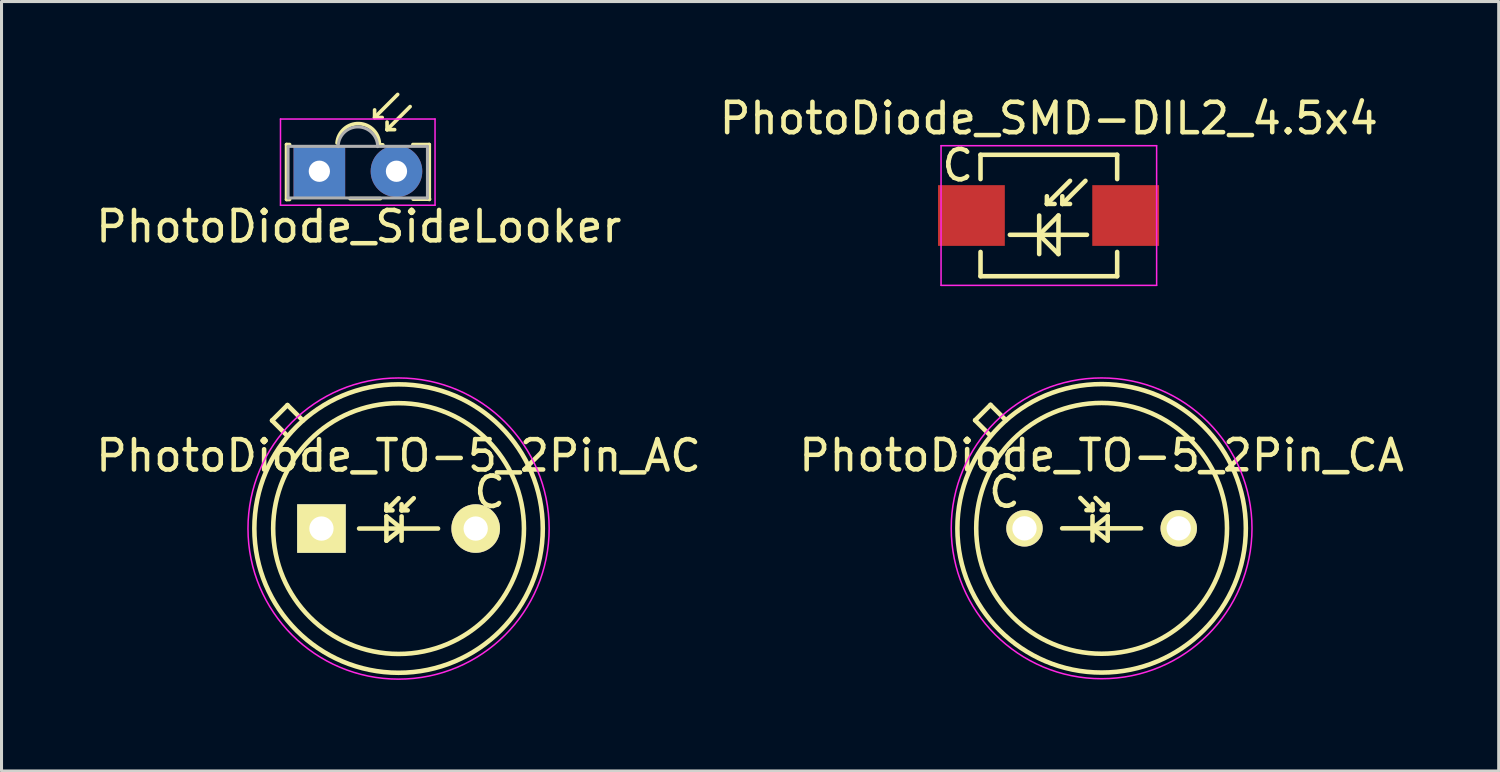
<source format=kicad_pcb>
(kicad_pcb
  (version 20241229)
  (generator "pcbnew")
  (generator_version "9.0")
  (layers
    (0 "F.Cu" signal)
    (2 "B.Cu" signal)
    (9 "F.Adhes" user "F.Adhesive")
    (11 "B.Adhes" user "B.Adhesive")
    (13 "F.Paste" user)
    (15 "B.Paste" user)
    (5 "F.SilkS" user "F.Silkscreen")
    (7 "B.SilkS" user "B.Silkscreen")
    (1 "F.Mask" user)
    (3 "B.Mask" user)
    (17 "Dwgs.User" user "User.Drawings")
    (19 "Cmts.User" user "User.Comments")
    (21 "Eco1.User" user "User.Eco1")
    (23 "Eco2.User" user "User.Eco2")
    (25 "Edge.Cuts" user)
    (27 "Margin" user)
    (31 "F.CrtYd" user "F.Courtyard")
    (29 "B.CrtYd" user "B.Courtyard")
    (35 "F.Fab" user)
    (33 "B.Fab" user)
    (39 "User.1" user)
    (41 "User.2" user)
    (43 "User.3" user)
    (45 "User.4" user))
  (footprint "PhotoDiode_SMD-DIL2_4.5x4"
    (layer "F.Cu")
    (at 31.494 4.048)
    (property "Reference" "PhotoDiode_SMD-DIL2_4.5x4" (at 0 -3.2 0) (layer "F.SilkS") (effects (font (size 1 1) (thickness 0.15))))
    (attr through_hole)
    (fp_line (start -2.25 -2) (end -2.25 -1.2) (stroke (width 0.15) (type solid)) (layer "F.SilkS"))
    (fp_line (start -2.25 -2) (end 2.25 -2) (stroke (width 0.15) (type solid)) (layer "F.SilkS"))
    (fp_line (start -2.25 2) (end -2.25 1.2) (stroke (width 0.15) (type solid)) (layer "F.SilkS"))
    (fp_line (start -2.25 2) (end 2.25 2) (stroke (width 0.15) (type solid)) (layer "F.SilkS"))
    (fp_line (start -1.284 0.635) (end 1.256 0.635) (stroke (width 0.15) (type solid)) (layer "F.SilkS"))
    (fp_line (start -0.318 0) (end -0.318 1.27) (stroke (width 0.15) (type solid)) (layer "F.SilkS"))
    (fp_line (start -0.318 0.635) (end 0.317 0) (stroke (width 0.15) (type solid)) (layer "F.SilkS"))
    (fp_line (start -0.064 -0.381) (end -0.064 -0.635) (stroke (width 0.15) (type solid)) (layer "F.SilkS"))
    (fp_line (start -0.064 -0.381) (end 0.19 -0.381) (stroke (width 0.15) (type solid)) (layer "F.SilkS"))
    (fp_line (start 0.317 0) (end 0.317 1.27) (stroke (width 0.15) (type solid)) (layer "F.SilkS"))
    (fp_line (start 0.317 1.27) (end -0.318 0.635) (stroke (width 0.15) (type solid)) (layer "F.SilkS"))
    (fp_line (start 0.444 -0.381) (end 0.444 -0.635) (stroke (width 0.15) (type solid)) (layer "F.SilkS"))
    (fp_line (start 0.444 -0.381) (end 0.698 -0.381) (stroke (width 0.15) (type solid)) (layer "F.SilkS"))
    (fp_line (start 0.698 -1.143) (end -0.064 -0.381) (stroke (width 0.15) (type solid)) (layer "F.SilkS"))
    (fp_line (start 1.206 -1.143) (end 0.444 -0.381) (stroke (width 0.15) (type solid)) (layer "F.SilkS"))
    (fp_line (start 2.25 -2) (end 2.25 -1.2) (stroke (width 0.15) (type solid)) (layer "F.SilkS"))
    (fp_line (start 2.25 2) (end 2.25 1.2) (stroke (width 0.15) (type solid)) (layer "F.SilkS"))
    (fp_line (start -3.55 -2.3) (end 3.55 -2.3) (stroke (width 0.05) (type solid)) (layer "F.CrtYd"))
    (fp_line (start -3.55 2.3) (end -3.55 -2.3) (stroke (width 0.05) (type solid)) (layer "F.CrtYd"))
    (fp_line (start 3.55 -2.3) (end 3.55 2.3) (stroke (width 0.05) (type solid)) (layer "F.CrtYd"))
    (fp_line (start 3.55 2.3) (end -3.55 2.3) (stroke (width 0.05) (type solid)) (layer "F.CrtYd"))
    (fp_text user "C" (at -3 -1.65 0) (layer "F.SilkS") (effects (font (size 1 1) (thickness 0.15))))
    (pad "1" smd rect (at -2.55 0 180) (size 2.2 2) (layers "F.Cu" "F.Mask" "F.Paste"))
    (pad "2" smd rect (at 2.53 0 180) (size 2.2 2) (layers "F.Cu" "F.Mask" "F.Paste")))
  (footprint "PhotoDiode_TO-5_2Pin_CA"
    (layer "F.Cu")
    (at 30.692 14.351)
    (property "Reference" "PhotoDiode_TO-5_2Pin_CA" (at 2.54 -2.4 0) (layer "F.SilkS") (effects (font (size 1 1) (thickness 0.15))))
    (attr through_hole)
    (fp_line (start -1.627 -3.559) (end -1.119 -4.067) (stroke (width 0.15) (type solid)) (layer "F.SilkS"))
    (fp_line (start -1.119 -4.067) (end -0.611 -3.559) (stroke (width 0.15) (type solid)) (layer "F.SilkS"))
    (fp_line (start -1.119 -3.051) (end -1.627 -3.559) (stroke (width 0.15) (type solid)) (layer "F.SilkS"))
    (fp_line (start 1.24 0) (end 3.84 0) (stroke (width 0.15) (type solid)) (layer "F.SilkS"))
    (fp_line (start 2.24 -0.8) (end 2.24 -0.6) (stroke (width 0.15) (type solid)) (layer "F.SilkS"))
    (fp_line (start 2.24 -0.6) (end 1.84 -1) (stroke (width 0.15) (type solid)) (layer "F.SilkS"))
    (fp_line (start 2.24 -0.6) (end 2.04 -0.6) (stroke (width 0.15) (type solid)) (layer "F.SilkS"))
    (fp_line (start 2.24 -0.4) (end 2.24 0.4) (stroke (width 0.15) (type solid)) (layer "F.SilkS"))
    (fp_line (start 2.74 -0.6) (end 2.34 -1) (stroke (width 0.15) (type solid)) (layer "F.SilkS"))
    (fp_line (start 2.74 -0.6) (end 2.54 -0.6) (stroke (width 0.15) (type solid)) (layer "F.SilkS"))
    (fp_line (start 2.74 -0.6) (end 2.74 -0.8) (stroke (width 0.15) (type solid)) (layer "F.SilkS"))
    (fp_line (start 2.74 -0.4) (end 2.24 0) (stroke (width 0.15) (type solid)) (layer "F.SilkS"))
    (fp_line (start 2.74 0) (end 2.74 -0.4) (stroke (width 0.15) (type solid)) (layer "F.SilkS"))
    (fp_line (start 2.74 0) (end 2.74 0.4) (stroke (width 0.15) (type solid)) (layer "F.SilkS"))
    (fp_line (start 2.74 0.4) (end 2.24 0) (stroke (width 0.15) (type solid)) (layer "F.SilkS"))
    (fp_circle (center 2.54 0) (end 6.67 0) (stroke (width 0.15) (type solid)) (fill no) (layer "F.SilkS"))
    (fp_circle (center 2.54 0) (end 7.29 0) (stroke (width 0.15) (type solid)) (fill no) (layer "F.SilkS"))
    (fp_circle (center 2.54 0) (end 2.54 4.953) (stroke (width 0.05) (type solid)) (fill no) (layer "F.CrtYd"))
    (fp_text user "C" (at -0.66 -1.2 0) (layer "F.SilkS") (effects (font (size 1 1) (thickness 0.15))))
    (pad "1" thru_hole circle (at 0 0) (size 1.2 1.2) (drill 0.8) (layers "*.Cu" "*.Mask" "F.SilkS"))
    (pad "2" thru_hole circle (at 5.08 0) (size 1.2 1.2) (drill 0.8) (layers "*.Cu" "*.Mask" "F.SilkS")))
  (footprint "PhotoDiode_TO-5_2Pin_AC"
    (layer "F.Cu")
    (at 12.617 14.358)
    (property "Reference" "PhotoDiode_TO-5_2Pin_AC" (at -2.54 -2.4 0) (layer "F.SilkS") (effects (font (size 1 1) (thickness 0.15))))
    (attr through_hole)
    (fp_line (start -6.707 -3.559) (end -6.199 -4.067) (stroke (width 0.15) (type solid)) (layer "F.SilkS"))
    (fp_line (start -6.199 -4.067) (end -5.691 -3.559) (stroke (width 0.15) (type solid)) (layer "F.SilkS"))
    (fp_line (start -6.199 -3.051) (end -6.707 -3.559) (stroke (width 0.15) (type solid)) (layer "F.SilkS"))
    (fp_line (start -3.84 0) (end -1.24 0) (stroke (width 0.15) (type solid)) (layer "F.SilkS"))
    (fp_line (start -2.94 -0.6) (end -2.94 -0.8) (stroke (width 0.15) (type solid)) (layer "F.SilkS"))
    (fp_line (start -2.94 -0.6) (end -2.74 -0.6) (stroke (width 0.15) (type solid)) (layer "F.SilkS"))
    (fp_line (start -2.94 -0.6) (end -2.54 -1) (stroke (width 0.15) (type solid)) (layer "F.SilkS"))
    (fp_line (start -2.94 -0.4) (end -2.44 0) (stroke (width 0.15) (type solid)) (layer "F.SilkS"))
    (fp_line (start -2.94 0) (end -2.94 -0.4) (stroke (width 0.15) (type solid)) (layer "F.SilkS"))
    (fp_line (start -2.94 0) (end -2.94 0.4) (stroke (width 0.15) (type solid)) (layer "F.SilkS"))
    (fp_line (start -2.94 0.4) (end -2.44 0) (stroke (width 0.15) (type solid)) (layer "F.SilkS"))
    (fp_line (start -2.44 -0.8) (end -2.44 -0.6) (stroke (width 0.15) (type solid)) (layer "F.SilkS"))
    (fp_line (start -2.44 -0.6) (end -2.24 -0.6) (stroke (width 0.15) (type solid)) (layer "F.SilkS"))
    (fp_line (start -2.44 -0.6) (end -2.04 -1) (stroke (width 0.15) (type solid)) (layer "F.SilkS"))
    (fp_line (start -2.44 -0.4) (end -2.44 0.4) (stroke (width 0.15) (type solid)) (layer "F.SilkS"))
    (fp_circle (center -2.54 0) (end 1.59 0) (stroke (width 0.15) (type solid)) (fill no) (layer "F.SilkS"))
    (fp_circle (center -2.54 0) (end 2.21 0) (stroke (width 0.15) (type solid)) (fill no) (layer "F.SilkS"))
    (fp_circle (center -2.54 0) (end 0.635 3.81) (stroke (width 0.05) (type solid)) (fill no) (layer "F.CrtYd"))
    (fp_text user "C" (at 0.46 -1.2 0) (layer "F.SilkS") (effects (font (size 1 1) (thickness 0.15))))
    (pad "1" thru_hole circle (at 0 0) (size 1.6 1.6) (drill 0.8) (layers "*.Cu" "*.Mask" "F.SilkS"))
    (pad "2" thru_hole rect (at -5.08 0) (size 1.6 1.6) (drill 0.8) (layers "*.Cu" "*.Mask" "F.SilkS")))
  (footprint "PhotoDiode_SideLooker"
    (layer "F.Cu")
    (at 7.468 2.59)
    (property "Reference" "PhotoDiode_SideLooker" (at 1.3 1.82 0) (layer "F.SilkS") (effects (font (size 1 1) (thickness 0.15))))
    (attr through_hole)
    (fp_line (start -1.08 -0.88) (end -1.08 0.93) (stroke (width 0.12) (type solid)) (layer "F.SilkS"))
    (fp_line (start -0.98 -0.88) (end -1.08 -0.88) (stroke (width 0.12) (type solid)) (layer "F.SilkS"))
    (fp_line (start -0.98 0.93) (end -1.08 0.93) (stroke (width 0.12) (type solid)) (layer "F.SilkS"))
    (fp_line (start 1.01 0.9) (end 2.01 0.9) (stroke (width 0.12) (type solid)) (layer "F.SilkS"))
    (fp_line (start 1.82 -1.77) (end 1.82 -2.02) (stroke (width 0.12) (type solid)) (layer "F.SilkS"))
    (fp_line (start 1.82 -1.77) (end 2.07 -1.77) (stroke (width 0.12) (type solid)) (layer "F.SilkS"))
    (fp_line (start 2.09 -0.87) (end 1.98 -0.87) (stroke (width 0.12) (type solid)) (layer "F.SilkS"))
    (fp_line (start 2.23 -1.37) (end 2.23 -1.62) (stroke (width 0.12) (type solid)) (layer "F.SilkS"))
    (fp_line (start 2.23 -1.37) (end 2.48 -1.37) (stroke (width 0.12) (type solid)) (layer "F.SilkS"))
    (fp_line (start 2.58 -2.53) (end 1.82 -1.77) (stroke (width 0.12) (type solid)) (layer "F.SilkS"))
    (fp_line (start 2.99 -2.13) (end 2.23 -1.37) (stroke (width 0.12) (type solid)) (layer "F.SilkS"))
    (fp_line (start 3.09 0.92) (end 3.63 0.92) (stroke (width 0.12) (type solid)) (layer "F.SilkS"))
    (fp_line (start 3.62 -0.88) (end 3.08 -0.88) (stroke (width 0.12) (type solid)) (layer "F.SilkS"))
    (fp_line (start 3.62 0.93) (end 3.62 -0.88) (stroke (width 0.12) (type solid)) (layer "F.SilkS"))
    (fp_arc (start 0.582664 -0.931009) (mid 1.310534 -1.569333) (end 1.98 -0.87) (stroke (width 0.12) (type solid)) (layer "F.SilkS"))
    (fp_line (start -1.28 -1.72) (end -1.28 1.12) (stroke (width 0.05) (type solid)) (layer "F.CrtYd"))
    (fp_line (start -1.28 -1.72) (end 3.81 -1.72) (stroke (width 0.05) (type solid)) (layer "F.CrtYd"))
    (fp_line (start 3.81 1.12) (end -1.28 1.12) (stroke (width 0.05) (type solid)) (layer "F.CrtYd"))
    (fp_line (start 3.81 1.12) (end 3.81 -1.72) (stroke (width 0.05) (type solid)) (layer "F.CrtYd"))
    (fp_line (start -1.03 -0.82) (end -1.03 0.88) (stroke (width 0.1) (type solid)) (layer "F.Fab"))
    (fp_line (start -1.03 0.88) (end 3.56 0.88) (stroke (width 0.1) (type solid)) (layer "F.Fab"))
    (fp_line (start 3.56 -0.82) (end -1.03 -0.82) (stroke (width 0.1) (type solid)) (layer "F.Fab"))
    (fp_line (start 3.56 0.88) (end 3.56 -0.82) (stroke (width 0.1) (type solid)) (layer "F.Fab"))
    (fp_arc (start 0.62 -0.81) (mid 1.27 -1.46) (end 1.92 -0.81) (stroke (width 0.1) (type solid)) (layer "F.Fab"))
    (pad "1" thru_hole rect (at 0 0 180) (size 1.7 1.7) (drill 0.7) (layers "*.Cu" "*.Mask"))
    (pad "2" thru_hole circle (at 2.54 0 180) (size 1.7 1.7) (drill 0.7) (layers "*.Cu" "*.Mask")))
  (gr_rect
    (start -3 -3)
    (end 46.31 22.342)
    (stroke (width 0.1) (type default))
    (fill no)
    (layer "Edge.Cuts")))
</source>
